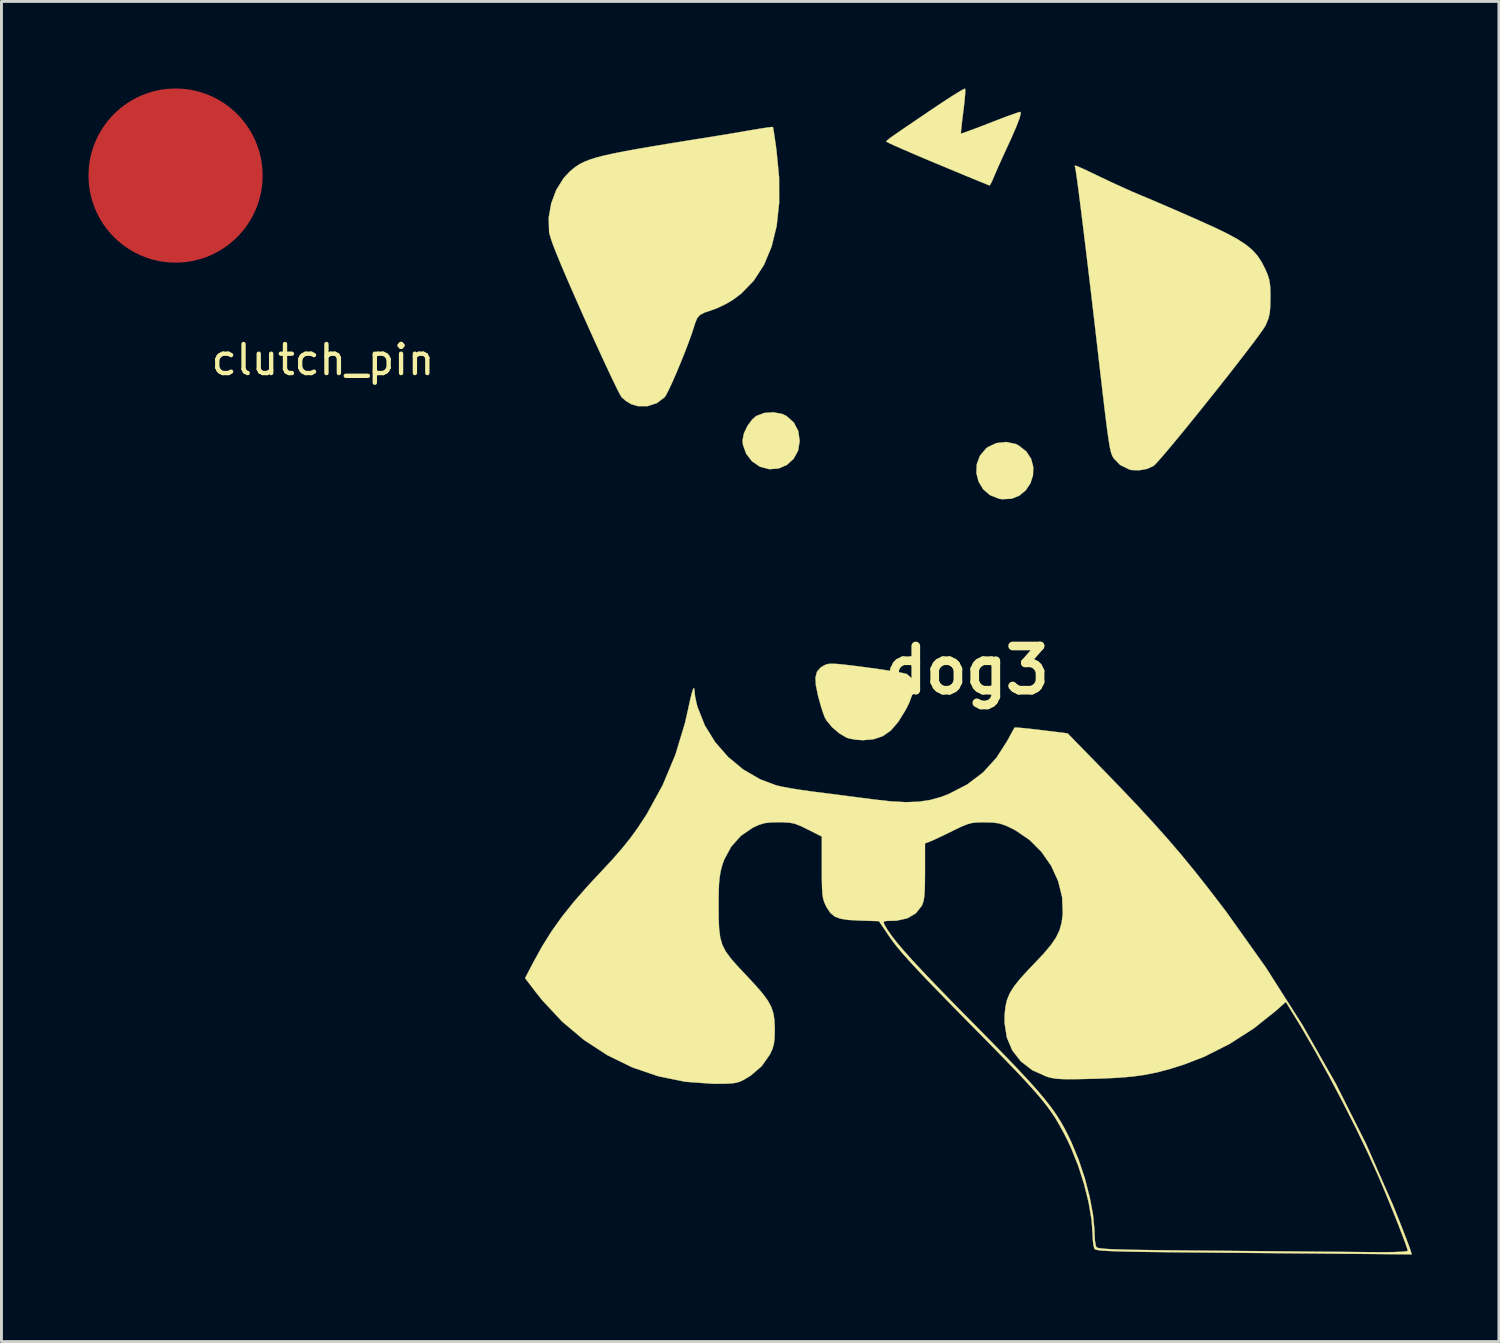
<source format=kicad_pcb>
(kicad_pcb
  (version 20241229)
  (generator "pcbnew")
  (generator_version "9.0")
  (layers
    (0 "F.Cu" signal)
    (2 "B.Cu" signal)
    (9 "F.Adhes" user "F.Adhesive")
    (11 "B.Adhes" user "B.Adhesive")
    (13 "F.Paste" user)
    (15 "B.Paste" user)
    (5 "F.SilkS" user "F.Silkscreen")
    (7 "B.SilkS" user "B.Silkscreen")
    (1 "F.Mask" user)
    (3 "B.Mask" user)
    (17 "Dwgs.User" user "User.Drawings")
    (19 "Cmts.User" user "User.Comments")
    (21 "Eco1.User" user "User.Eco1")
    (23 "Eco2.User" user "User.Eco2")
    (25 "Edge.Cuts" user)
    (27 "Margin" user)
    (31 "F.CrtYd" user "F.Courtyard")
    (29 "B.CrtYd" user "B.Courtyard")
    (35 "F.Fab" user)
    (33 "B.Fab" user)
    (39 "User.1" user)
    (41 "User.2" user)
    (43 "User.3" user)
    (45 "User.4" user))
  (footprint "dog3"
    (layer "F.Cu")
    (at 30.285 20.045)
    (property "Reference" "dog3" (at 0 0 0) (layer "F.SilkS") (effects (font (size 1.524 1.524) (thickness 0.3))))
    (attr through_hole)
    (fp_poly (pts (xy -6.378 -8.829) (xy -6.238 -8.763) (xy -5.981 -8.537) (xy -5.827 -8.24) (xy -5.779 -7.899) (xy -5.835 -7.563) (xy -5.989 -7.284) (xy -6.219 -7.075) (xy -6.504 -6.952) (xy -6.822 -6.927) (xy -7.144 -7.011) (xy -7.419 -7.197) (xy -7.624 -7.463) (xy -7.734 -7.773) (xy -7.747 -7.922) (xy -7.7 -8.161) (xy -7.578 -8.419) (xy -7.411 -8.645) (xy -7.275 -8.761) (xy -7 -8.865) (xy -6.683 -8.888) (xy -6.378 -8.829)) (stroke (width 0.01) (type solid)) (fill yes) (layer "F.SilkS"))
    (fp_poly (pts (xy 1.654 -7.799) (xy 1.764 -7.747) (xy 2.031 -7.538) (xy 2.197 -7.283) (xy 2.271 -7.001) (xy 2.261 -6.714) (xy 2.173 -6.441) (xy 2.014 -6.202) (xy 1.794 -6.018) (xy 1.518 -5.908) (xy 1.194 -5.893) (xy 1.087 -5.911) (xy 0.779 -6.033) (xy 0.544 -6.237) (xy 0.386 -6.498) (xy 0.311 -6.793) (xy 0.324 -7.097) (xy 0.43 -7.385) (xy 0.635 -7.633) (xy 0.706 -7.689) (xy 1.001 -7.827) (xy 1.332 -7.864) (xy 1.654 -7.799)) (stroke (width 0.01) (type solid)) (fill yes) (layer "F.SilkS"))
    (fp_poly (pts (xy -4.492 -0.216) (xy -4.255 -0.194) (xy -3.931 -0.155) (xy -3.5 -0.099) (xy -3.475 -0.096) (xy -3.081 -0.042) (xy -2.724 0.011) (xy -2.427 0.059) (xy -2.21 0.1) (xy -2.094 0.129) (xy -2.086 0.132) (xy -1.916 0.281) (xy -1.847 0.495) (xy -1.877 0.777) (xy -2.008 1.132) (xy -2.128 1.369) (xy -2.381 1.78) (xy -2.638 2.078) (xy -2.917 2.273) (xy -3.235 2.38) (xy -3.602 2.411) (xy -3.844 2.394) (xy -4.065 2.355) (xy -4.164 2.323) (xy -4.416 2.174) (xy -4.661 1.964) (xy -4.852 1.735) (xy -4.91 1.635) (xy -4.97 1.478) (xy -5.046 1.241) (xy -5.123 0.966) (xy -5.147 0.873) (xy -5.221 0.514) (xy -5.234 0.248) (xy -5.183 0.054) (xy -5.062 -0.089) (xy -4.938 -0.166) (xy -4.865 -0.198) (xy -4.779 -0.218) (xy -4.661 -0.224) (xy -4.492 -0.216)) (stroke (width 0.01) (type solid)) (fill yes) (layer "F.SilkS"))
    (fp_poly (pts (xy -0.079 -20.039) (xy -0.072 -19.965) (xy -0.082 -19.792) (xy -0.105 -19.545) (xy -0.14 -19.256) (xy -0.177 -18.965) (xy -0.204 -18.723) (xy -0.221 -18.557) (xy -0.222 -18.492) (xy -0.161 -18.508) (xy -0.002 -18.564) (xy 0.235 -18.651) (xy 0.532 -18.764) (xy 0.77 -18.857) (xy 1.101 -18.985) (xy 1.394 -19.095) (xy 1.626 -19.179) (xy 1.777 -19.229) (xy 1.822 -19.24) (xy 1.84 -19.185) (xy 1.796 -19.019) (xy 1.691 -18.742) (xy 1.523 -18.354) (xy 1.294 -17.855) (xy 1.289 -17.843) (xy 1.16 -17.563) (xy 1.036 -17.285) (xy 0.938 -17.059) (xy 0.915 -17.002) (xy 0.841 -16.832) (xy 0.782 -16.725) (xy 0.762 -16.705) (xy 0.698 -16.73) (xy 0.531 -16.798) (xy 0.276 -16.902) (xy -0.052 -17.037) (xy -0.439 -17.198) (xy -0.869 -17.377) (xy -1.032 -17.444) (xy -1.473 -17.629) (xy -1.874 -17.8) (xy -2.22 -17.95) (xy -2.497 -18.072) (xy -2.69 -18.161) (xy -2.785 -18.21) (xy -2.793 -18.217) (xy -2.788 -18.233) (xy -2.766 -18.258) (xy -2.718 -18.298) (xy -2.631 -18.363) (xy -2.494 -18.459) (xy -2.298 -18.595) (xy -2.03 -18.777) (xy -1.681 -19.015) (xy -1.238 -19.315) (xy -1.177 -19.356) (xy -0.854 -19.572) (xy -0.567 -19.759) (xy -0.332 -19.906) (xy -0.165 -20.003) (xy -0.084 -20.04) (xy -0.079 -20.039)) (stroke (width 0.01) (type solid)) (fill yes) (layer "F.SilkS"))
    (fp_poly (pts (xy -6.701 -18.719) (xy -6.687 -18.653) (xy -6.66 -18.486) (xy -6.624 -18.243) (xy -6.582 -17.949) (xy -6.581 -17.939) (xy -6.488 -16.983) (xy -6.486 -16.105) (xy -6.572 -15.308) (xy -6.747 -14.595) (xy -7.009 -13.967) (xy -7.358 -13.427) (xy -7.793 -12.978) (xy -8.072 -12.768) (xy -8.329 -12.617) (xy -8.61 -12.482) (xy -8.815 -12.405) (xy -9.06 -12.324) (xy -9.214 -12.242) (xy -9.311 -12.13) (xy -9.383 -11.956) (xy -9.418 -11.843) (xy -9.501 -11.588) (xy -9.614 -11.276) (xy -9.747 -10.928) (xy -9.892 -10.569) (xy -10.038 -10.22) (xy -10.176 -9.906) (xy -10.296 -9.649) (xy -10.388 -9.472) (xy -10.432 -9.408) (xy -10.699 -9.205) (xy -11.02 -9.101) (xy -11.358 -9.101) (xy -11.589 -9.17) (xy -11.773 -9.282) (xy -11.914 -9.406) (xy -11.967 -9.494) (xy -12.066 -9.686) (xy -12.204 -9.969) (xy -12.375 -10.331) (xy -12.574 -10.758) (xy -12.795 -11.239) (xy -13.031 -11.761) (xy -13.206 -12.151) (xy -13.519 -12.856) (xy -13.78 -13.453) (xy -13.992 -13.95) (xy -14.158 -14.352) (xy -14.281 -14.667) (xy -14.362 -14.903) (xy -14.407 -15.064) (xy -14.414 -15.103) (xy -14.427 -15.594) (xy -14.34 -16.088) (xy -14.165 -16.553) (xy -13.911 -16.959) (xy -13.709 -17.176) (xy -13.595 -17.275) (xy -13.479 -17.364) (xy -13.353 -17.444) (xy -13.207 -17.518) (xy -13.03 -17.588) (xy -12.815 -17.657) (xy -12.551 -17.727) (xy -12.228 -17.799) (xy -11.838 -17.877) (xy -11.37 -17.963) (xy -10.815 -18.058) (xy -10.164 -18.166) (xy -9.407 -18.288) (xy -8.535 -18.427) (xy -8.477 -18.436) (xy -8.342 -18.458) (xy -8.113 -18.497) (xy -7.822 -18.547) (xy -7.503 -18.602) (xy -7.501 -18.602) (xy -7.203 -18.652) (xy -6.954 -18.691) (xy -6.779 -18.715) (xy -6.702 -18.72) (xy -6.701 -18.719)) (stroke (width 0.01) (type solid)) (fill yes) (layer "F.SilkS"))
    (fp_poly (pts (xy 3.775 -17.371) (xy 3.901 -17.318) (xy 4.105 -17.225) (xy 4.4 -17.083) (xy 4.59 -16.992) (xy 4.951 -16.821) (xy 5.33 -16.647) (xy 5.685 -16.488) (xy 5.974 -16.365) (xy 6.003 -16.353) (xy 6.23 -16.259) (xy 6.547 -16.124) (xy 6.928 -15.96) (xy 7.348 -15.777) (xy 7.782 -15.587) (xy 7.964 -15.506) (xy 8.516 -15.257) (xy 8.963 -15.04) (xy 9.32 -14.845) (xy 9.601 -14.661) (xy 9.821 -14.478) (xy 9.996 -14.284) (xy 10.138 -14.07) (xy 10.262 -13.829) (xy 10.351 -13.62) (xy 10.406 -13.438) (xy 10.434 -13.24) (xy 10.443 -12.979) (xy 10.443 -12.827) (xy 10.437 -12.521) (xy 10.417 -12.299) (xy 10.374 -12.12) (xy 10.302 -11.941) (xy 10.271 -11.874) (xy 10.197 -11.757) (xy 10.055 -11.556) (xy 9.853 -11.284) (xy 9.601 -10.953) (xy 9.311 -10.577) (xy 8.991 -10.167) (xy 8.652 -9.738) (xy 8.303 -9.3) (xy 7.956 -8.867) (xy 7.62 -8.452) (xy 7.305 -8.066) (xy 7.021 -7.724) (xy 6.778 -7.436) (xy 6.587 -7.217) (xy 6.457 -7.078) (xy 6.413 -7.039) (xy 6.195 -6.939) (xy 5.921 -6.889) (xy 5.658 -6.898) (xy 5.583 -6.916) (xy 5.267 -7.071) (xy 5.044 -7.299) (xy 4.991 -7.393) (xy 4.967 -7.453) (xy 4.943 -7.533) (xy 4.918 -7.643) (xy 4.89 -7.793) (xy 4.859 -7.995) (xy 4.822 -8.257) (xy 4.779 -8.591) (xy 4.728 -9.006) (xy 4.668 -9.513) (xy 4.597 -10.122) (xy 4.513 -10.843) (xy 4.479 -11.144) (xy 4.385 -11.954) (xy 4.293 -12.743) (xy 4.203 -13.502) (xy 4.117 -14.22) (xy 4.036 -14.888) (xy 3.961 -15.497) (xy 3.894 -16.036) (xy 3.835 -16.495) (xy 3.786 -16.865) (xy 3.748 -17.135) (xy 3.723 -17.296) (xy 3.713 -17.339) (xy 3.696 -17.375) (xy 3.711 -17.388) (xy 3.775 -17.371)) (stroke (width 0.01) (type solid)) (fill yes) (layer "F.SilkS"))
    (fp_poly (pts (xy -9.404 0.692) (xy -9.402 0.735) (xy -9.382 0.908) (xy -9.333 1.137) (xy -9.297 1.274) (xy -9.048 1.9) (xy -8.693 2.477) (xy -8.246 2.989) (xy -7.723 3.422) (xy -7.138 3.761) (xy -6.596 3.965) (xy -6.404 4.01) (xy -6.119 4.064) (xy -5.774 4.12) (xy -5.403 4.173) (xy -5.262 4.191) (xy -4.827 4.246) (xy -4.323 4.311) (xy -3.806 4.378) (xy -3.332 4.439) (xy -3.239 4.452) (xy -2.631 4.52) (xy -2.118 4.547) (xy -1.676 4.531) (xy -1.278 4.471) (xy -0.899 4.365) (xy -0.643 4.266) (xy -0.005 3.937) (xy 0.542 3.522) (xy 1.004 3.014) (xy 1.369 2.445) (xy 1.483 2.234) (xy 1.573 2.071) (xy 1.623 1.983) (xy 1.627 1.977) (xy 1.693 1.976) (xy 1.862 1.989) (xy 2.112 2.014) (xy 2.418 2.049) (xy 2.55 2.065) (xy 3.455 2.177) (xy 4.638 3.39) (xy 5.306 4.081) (xy 5.898 4.705) (xy 6.429 5.282) (xy 6.917 5.829) (xy 7.378 6.368) (xy 7.828 6.916) (xy 8.284 7.493) (xy 8.764 8.118) (xy 8.939 8.35) (xy 10.286 10.244) (xy 11.54 12.215) (xy 12.695 14.247) (xy 13.741 16.328) (xy 14.67 18.442) (xy 14.877 18.957) (xy 15.003 19.28) (xy 15.115 19.57) (xy 15.203 19.803) (xy 15.258 19.954) (xy 15.269 19.987) (xy 15.312 20.13) (xy 13.895 20.116) (xy 13.571 20.113) (xy 13.136 20.11) (xy 12.606 20.105) (xy 11.999 20.099) (xy 11.33 20.094) (xy 10.616 20.087) (xy 9.873 20.081) (xy 9.117 20.074) (xy 8.459 20.069) (xy 7.634 20.061) (xy 6.927 20.054) (xy 6.329 20.047) (xy 5.831 20.04) (xy 5.425 20.031) (xy 5.1 20.022) (xy 4.849 20.012) (xy 4.662 20.001) (xy 4.531 19.987) (xy 4.445 19.972) (xy 4.397 19.954) (xy 4.38 19.939) (xy 4.346 19.825) (xy 4.324 19.634) (xy 4.319 19.487) (xy 4.282 18.952) (xy 4.18 18.348) (xy 4.022 17.709) (xy 3.816 17.068) (xy 3.573 16.459) (xy 3.437 16.172) (xy 3.303 15.911) (xy 3.174 15.674) (xy 3.042 15.45) (xy 2.898 15.231) (xy 2.733 15.005) (xy 2.54 14.763) (xy 2.31 14.495) (xy 2.034 14.19) (xy 1.705 13.839) (xy 1.313 13.432) (xy 0.851 12.959) (xy 0.309 12.408) (xy 0.127 12.224) (xy -0.449 11.639) (xy -0.941 11.135) (xy -1.357 10.705) (xy -1.705 10.339) (xy -1.991 10.03) (xy -2.222 9.771) (xy -2.407 9.553) (xy -2.552 9.368) (xy -2.652 9.229) (xy -3.016 8.693) (xy -2.888 8.693) (xy -2.856 8.769) (xy -2.851 8.779) (xy -2.752 8.948) (xy -2.614 9.147) (xy -2.43 9.382) (xy -2.195 9.66) (xy -1.901 9.989) (xy -1.543 10.374) (xy -1.114 10.825) (xy -0.609 11.346) (xy -0.019 11.946) (xy 0.193 12.16) (xy 0.782 12.758) (xy 1.289 13.277) (xy 1.721 13.727) (xy 2.087 14.119) (xy 2.395 14.462) (xy 2.653 14.767) (xy 2.87 15.043) (xy 3.053 15.3) (xy 3.212 15.549) (xy 3.353 15.799) (xy 3.487 16.061) (xy 3.588 16.276) (xy 3.835 16.872) (xy 4.046 17.506) (xy 4.212 18.144) (xy 4.327 18.752) (xy 4.38 19.298) (xy 4.382 19.426) (xy 4.393 19.641) (xy 4.42 19.811) (xy 4.444 19.875) (xy 4.469 19.895) (xy 4.525 19.912) (xy 4.621 19.927) (xy 4.765 19.94) (xy 4.966 19.951) (xy 5.234 19.961) (xy 5.577 19.97) (xy 6.005 19.978) (xy 6.526 19.985) (xy 7.149 19.992) (xy 7.883 20) (xy 8.523 20.005) (xy 9.272 20.012) (xy 10.02 20.018) (xy 10.751 20.025) (xy 11.449 20.031) (xy 12.097 20.037) (xy 12.681 20.042) (xy 13.184 20.046) (xy 13.589 20.05) (xy 13.859 20.053) (xy 14.337 20.055) (xy 14.715 20.05) (xy 14.985 20.038) (xy 15.14 20.021) (xy 15.177 20.003) (xy 15.153 19.917) (xy 15.089 19.733) (xy 14.991 19.471) (xy 14.867 19.151) (xy 14.725 18.792) (xy 14.572 18.413) (xy 14.417 18.035) (xy 14.267 17.677) (xy 14.161 17.431) (xy 13.8 16.633) (xy 13.383 15.767) (xy 12.927 14.868) (xy 12.452 13.969) (xy 11.974 13.105) (xy 11.513 12.311) (xy 11.354 12.049) (xy 10.974 11.43) (xy 10.624 11.742) (xy 9.864 12.347) (xy 9.034 12.878) (xy 8.166 13.317) (xy 7.464 13.588) (xy 6.986 13.739) (xy 6.551 13.855) (xy 6.128 13.941) (xy 5.684 14.003) (xy 5.189 14.044) (xy 4.609 14.071) (xy 4.375 14.078) (xy 3.92 14.089) (xy 3.57 14.094) (xy 3.305 14.091) (xy 3.105 14.08) (xy 2.947 14.059) (xy 2.812 14.028) (xy 2.724 14.001) (xy 2.236 13.782) (xy 1.843 13.48) (xy 1.549 13.104) (xy 1.361 12.659) (xy 1.281 12.153) (xy 1.284 11.883) (xy 1.311 11.604) (xy 1.366 11.361) (xy 1.46 11.133) (xy 1.606 10.898) (xy 1.816 10.634) (xy 2.103 10.319) (xy 2.296 10.119) (xy 2.631 9.764) (xy 2.881 9.467) (xy 3.058 9.206) (xy 3.176 8.959) (xy 3.247 8.702) (xy 3.285 8.413) (xy 3.287 8.382) (xy 3.266 7.822) (xy 3.129 7.269) (xy 2.889 6.743) (xy 2.556 6.263) (xy 2.142 5.848) (xy 1.658 5.518) (xy 1.554 5.463) (xy 1.306 5.347) (xy 1.104 5.281) (xy 0.892 5.25) (xy 0.614 5.241) (xy 0.6 5.241) (xy 0.362 5.244) (xy 0.178 5.261) (xy 0.009 5.303) (xy -0.185 5.38) (xy -0.444 5.504) (xy -0.511 5.538) (xy -0.781 5.67) (xy -1.025 5.786) (xy -1.211 5.871) (xy -1.286 5.902) (xy -1.46 5.966) (xy -1.46 6.937) (xy -1.463 7.326) (xy -1.471 7.611) (xy -1.487 7.815) (xy -1.513 7.963) (xy -1.553 8.076) (xy -1.578 8.129) (xy -1.781 8.38) (xy -2.072 8.55) (xy -2.435 8.63) (xy -2.558 8.635) (xy -2.763 8.638) (xy -2.864 8.653) (xy -2.888 8.693) (xy -3.016 8.693) (xy -3.047 8.647) (xy -3.73 8.626) (xy -4.103 8.605) (xy -4.375 8.563) (xy -4.571 8.488) (xy -4.717 8.367) (xy -4.838 8.19) (xy -4.889 8.092) (xy -4.937 7.981) (xy -4.972 7.859) (xy -4.995 7.702) (xy -5.008 7.488) (xy -5.015 7.194) (xy -5.016 6.797) (xy -5.016 6.783) (xy -5.016 5.732) (xy -5.503 5.486) (xy -5.757 5.362) (xy -5.952 5.288) (xy -6.14 5.252) (xy -6.373 5.24) (xy -6.507 5.239) (xy -6.792 5.245) (xy -7.002 5.272) (xy -7.188 5.331) (xy -7.399 5.429) (xy -7.805 5.707) (xy -8.136 6.078) (xy -8.379 6.526) (xy -8.443 6.705) (xy -8.496 6.902) (xy -8.533 7.106) (xy -8.557 7.346) (xy -8.569 7.652) (xy -8.572 8.052) (xy -8.572 8.091) (xy -8.57 8.558) (xy -8.554 8.924) (xy -8.516 9.216) (xy -8.444 9.463) (xy -8.329 9.689) (xy -8.159 9.922) (xy -7.925 10.19) (xy -7.639 10.494) (xy -7.307 10.849) (xy -7.057 11.138) (xy -6.877 11.383) (xy -6.757 11.605) (xy -6.684 11.824) (xy -6.648 12.063) (xy -6.637 12.342) (xy -6.637 12.383) (xy -6.644 12.674) (xy -6.668 12.884) (xy -6.72 13.06) (xy -6.807 13.245) (xy -7.088 13.645) (xy -7.475 13.977) (xy -7.701 14.112) (xy -7.828 14.173) (xy -7.958 14.214) (xy -8.118 14.238) (xy -8.34 14.249) (xy -8.65 14.251) (xy -8.763 14.251) (xy -9.718 14.182) (xy -10.649 13.992) (xy -11.549 13.685) (xy -12.407 13.265) (xy -13.215 12.738) (xy -13.965 12.107) (xy -14.647 11.377) (xy -14.868 11.099) (xy -15.241 10.61) (xy -14.956 10.064) (xy -14.65 9.511) (xy -14.327 8.995) (xy -13.969 8.492) (xy -13.558 7.979) (xy -13.077 7.43) (xy -12.662 6.985) (xy -12.246 6.539) (xy -11.904 6.148) (xy -11.611 5.783) (xy -11.346 5.415) (xy -11.084 5.016) (xy -11.037 4.941) (xy -10.499 3.959) (xy -10.061 2.912) (xy -9.732 1.824) (xy -9.649 1.46) (xy -9.564 1.069) (xy -9.498 0.799) (xy -9.45 0.649) (xy -9.419 0.614) (xy -9.404 0.692)) (stroke (width 0.01) (type solid)) (fill yes) (layer "F.SilkS")))
  (footprint "clutch_pin"
    (layer "F.Cu")
    (at 3 3)
    (property "Reference" "clutch_pin" (at 5.08 6.35 0) (layer "F.SilkS") (effects (font (size 1 1) (thickness 0.15))))
    (attr through_hole)
    (pad "1" smd oval (at 0 0 90) (size 6 6) (layers "F.Cu" "F.Mask" "F.Paste")))
  (gr_rect
    (start -3 -3)
    (end 48.602 43.179)
    (stroke (width 0.1) (type default))
    (fill no)
    (layer "Edge.Cuts")))
</source>
